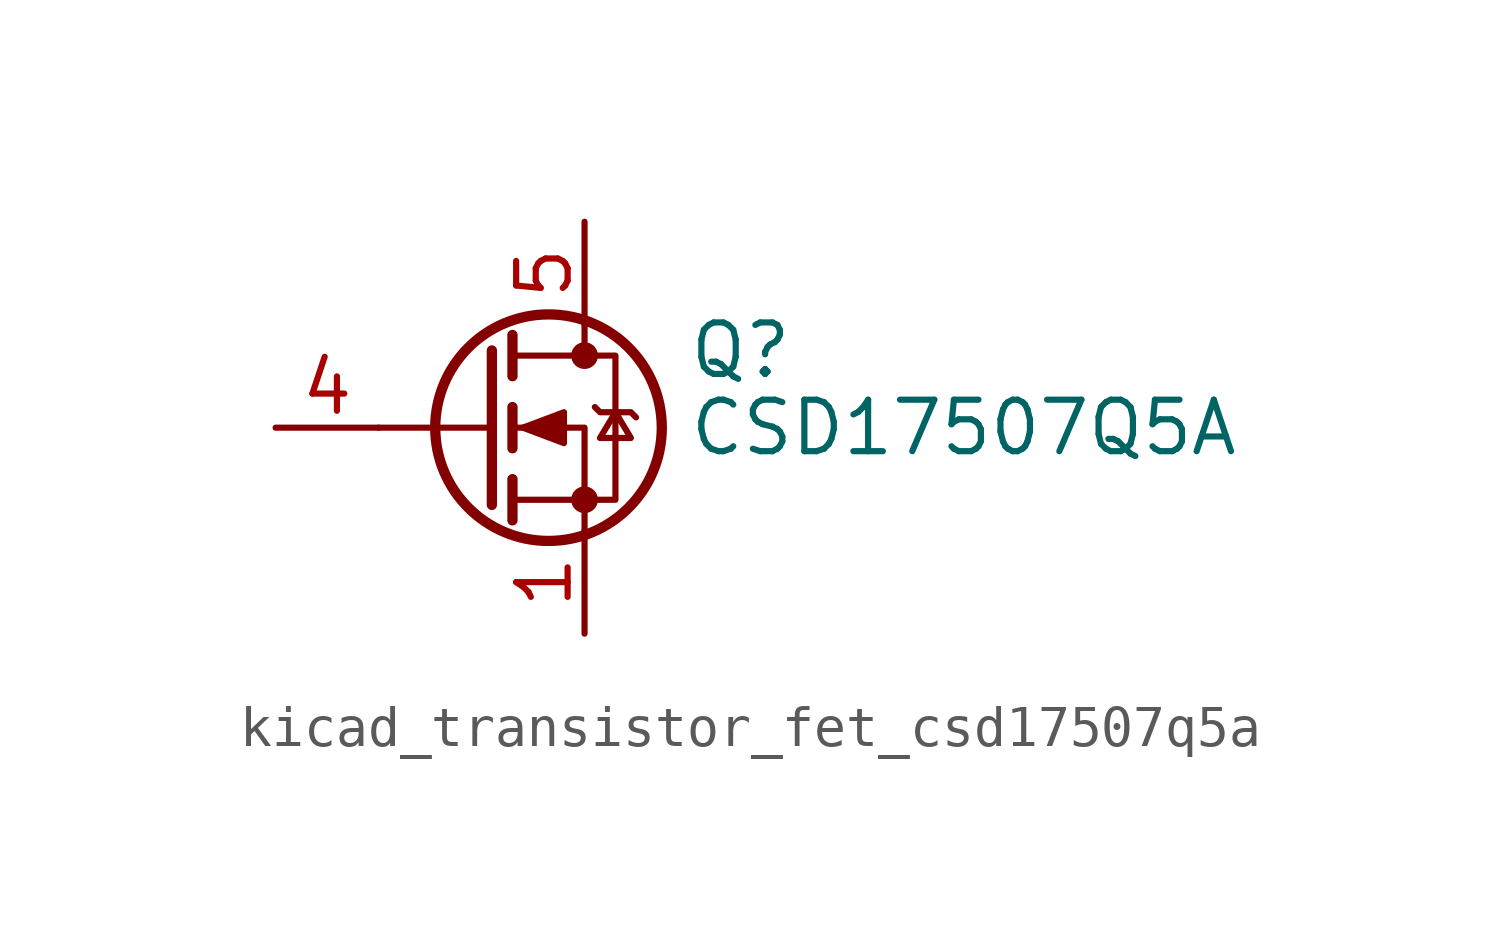
<source format=kicad_sym>
(kicad_symbol_lib
  (version 20220914)
  (generator kicad_symbol_editor)
  (symbol "kicad_transistor_fet_csd17507q5a"
    (pin_names hide)
    (property "Reference" "Q"
      (at 5.08 1.905 0)
      (effects (font (size 1.27 1.27)) (justify left)))
    (property "Value" "CSD17507Q5A"
      (at 5.08 0 0)
      (effects (font (size 1.27 1.27)) (justify left)))
    (symbol "kicad_transistor_fet_csd17507q5a_0_1"
      (polyline (pts (xy 0.254 0) (xy -2.54 0)) (stroke (width 0) (type default)) (fill (type none)))
      (polyline (pts (xy 0.254 1.905) (xy 0.254 -1.905)) (stroke (width 0.254) (type default)) (fill (type none)))
      (polyline (pts (xy 0.762 -1.27) (xy 0.762 -2.286)) (stroke (width 0.254) (type default)) (fill (type none)))
      (polyline (pts (xy 0.762 0.508) (xy 0.762 -0.508)) (stroke (width 0.254) (type default)) (fill (type none)))
      (polyline (pts (xy 0.762 2.286) (xy 0.762 1.27)) (stroke (width 0.254) (type default)) (fill (type none)))
      (polyline (pts (xy 2.54 2.54) (xy 2.54 1.778)) (stroke (width 0) (type default)) (fill (type none)))
      (polyline (pts (xy 2.54 -2.54) (xy 2.54 0) (xy 0.762 0)) (stroke (width 0) (type default)) (fill (type none)))
      (polyline (pts (xy 0.762 -1.778) (xy 3.302 -1.778) (xy 3.302 1.778) (xy 0.762 1.778)) (stroke (width 0) (type default)) (fill (type none)))
      (polyline (pts (xy 1.016 0) (xy 2.032 0.381) (xy 2.032 -0.381) (xy 1.016 0)) (stroke (width 0) (type default)) (fill (type outline)))
      (polyline (pts (xy 2.794 0.508) (xy 2.921 0.381) (xy 3.683 0.381) (xy 3.81 0.254)) (stroke (width 0) (type default)) (fill (type none)))
      (polyline (pts (xy 3.302 0.381) (xy 2.921 -0.254) (xy 3.683 -0.254) (xy 3.302 0.381)) (stroke (width 0) (type default)) (fill (type none)))
      (circle (center 1.651 0) (radius 2.794) (stroke (width 0.254) (type default)) (fill (type none)))
      (circle (center 2.54 -1.778) (radius 0.254) (stroke (width 0) (type default)) (fill (type outline)))
      (circle (center 2.54 1.778) (radius 0.254) (stroke (width 0) (type default)) (fill (type outline))))
    (symbol "kicad_transistor_fet_csd17507q5a_1_1"
      (pin passive line (at 2.54 -5.08 90) (length 2.54) (name "S" (effects (font (size 1.27 1.27)))) (number "1" (effects (font (size 1.27 1.27)))))
      (pin passive line (at 2.54 -5.08 90) (length 2.54) hide (name "S" (effects (font (size 1.27 1.27)))) (number "2" (effects (font (size 1.27 1.27)))))
      (pin passive line (at 2.54 -5.08 90) (length 2.54) hide (name "S" (effects (font (size 1.27 1.27)))) (number "3" (effects (font (size 1.27 1.27)))))
      (pin passive line (at -5.08 0 0) (length 2.54) (name "G" (effects (font (size 1.27 1.27)))) (number "4" (effects (font (size 1.27 1.27)))))
      (pin passive line (at 2.54 5.08 270) (length 2.54) (name "D" (effects (font (size 1.27 1.27)))) (number "5" (effects (font (size 1.27 1.27))))))))
</source>
